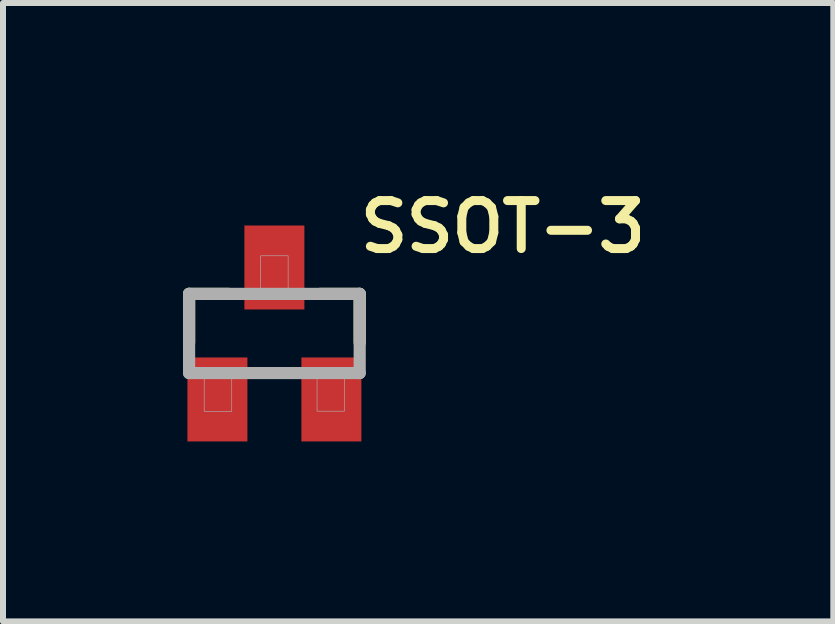
<source format=kicad_pcb>
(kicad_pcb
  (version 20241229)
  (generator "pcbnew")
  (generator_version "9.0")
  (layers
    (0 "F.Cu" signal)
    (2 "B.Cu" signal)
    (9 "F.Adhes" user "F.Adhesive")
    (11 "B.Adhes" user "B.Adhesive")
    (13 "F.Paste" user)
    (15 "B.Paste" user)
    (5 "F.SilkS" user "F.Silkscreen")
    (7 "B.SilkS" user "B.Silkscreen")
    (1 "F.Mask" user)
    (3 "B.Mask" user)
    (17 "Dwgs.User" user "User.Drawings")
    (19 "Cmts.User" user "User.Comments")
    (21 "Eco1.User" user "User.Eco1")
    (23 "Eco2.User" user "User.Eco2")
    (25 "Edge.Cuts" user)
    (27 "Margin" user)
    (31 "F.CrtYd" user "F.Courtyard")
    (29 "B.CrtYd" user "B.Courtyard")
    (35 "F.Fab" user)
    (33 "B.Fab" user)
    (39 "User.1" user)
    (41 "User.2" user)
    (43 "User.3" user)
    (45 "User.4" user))
  (footprint "SSOT-3"
    (layer "F.Cu")
    (at 1.524 2.509)
    (property "Reference" "SSOT-3" (at 3.81 -1.778 0) (layer "F.SilkS") (effects (font (size 0.8 0.8) (thickness 0.15))))
    (attr through_hole)
    (fp_line (start -1.422 -0.66) (end -0.764 -0.66) (stroke (width 0.203) (type solid)) (layer "F.SilkS"))
    (fp_line (start -1.422 0.152) (end -1.422 -0.66) (stroke (width 0.203) (type solid)) (layer "F.SilkS"))
    (fp_line (start 0.764 -0.66) (end 1.422 -0.66) (stroke (width 0.203) (type solid)) (layer "F.SilkS"))
    (fp_line (start 1.422 -0.66) (end 1.422 0.152) (stroke (width 0.203) (type solid)) (layer "F.SilkS"))
    (fp_line (start -1.422 -0.66) (end 1.422 -0.66) (stroke (width 0.203) (type solid)) (layer "F.Fab"))
    (fp_line (start -1.422 0.66) (end -1.422 -0.66) (stroke (width 0.203) (type solid)) (layer "F.Fab"))
    (fp_line (start 1.422 -0.66) (end 1.422 0.66) (stroke (width 0.203) (type solid)) (layer "F.Fab"))
    (fp_line (start 1.422 0.66) (end -1.422 0.66) (stroke (width 0.203) (type solid)) (layer "F.Fab"))
    (fp_poly (pts (xy -1.17 0.711) (xy -0.711 0.711) (xy -0.711 1.298) (xy -1.17 1.298)) (stroke (width 0.01) (type solid)) (fill no) (layer "F.Fab"))
    (fp_poly (pts (xy -0.229 -1.295) (xy 0.229 -1.295) (xy 0.229 -0.712) (xy -0.229 -0.712)) (stroke (width 0.01) (type solid)) (fill no) (layer "F.Fab"))
    (fp_poly (pts (xy 0.711 0.711) (xy 1.168 0.711) (xy 1.168 1.295) (xy 0.711 1.295)) (stroke (width 0.01) (type solid)) (fill no) (layer "F.Fab"))
    (pad "1" smd rect (at -0.95 1.1) (size 1 1.4) (layers "F.Cu" "F.Mask" "F.Paste"))
    (pad "2" smd rect (at 0.95 1.1) (size 1 1.4) (layers "F.Cu" "F.Mask" "F.Paste"))
    (pad "3" smd rect (at 0 -1.1) (size 1 1.4) (layers "F.Cu" "F.Mask" "F.Paste")))
  (gr_rect
    (start -3 -3)
    (end 10.841 7.309)
    (stroke (width 0.1) (type default))
    (fill no)
    (layer "Edge.Cuts")))
</source>
